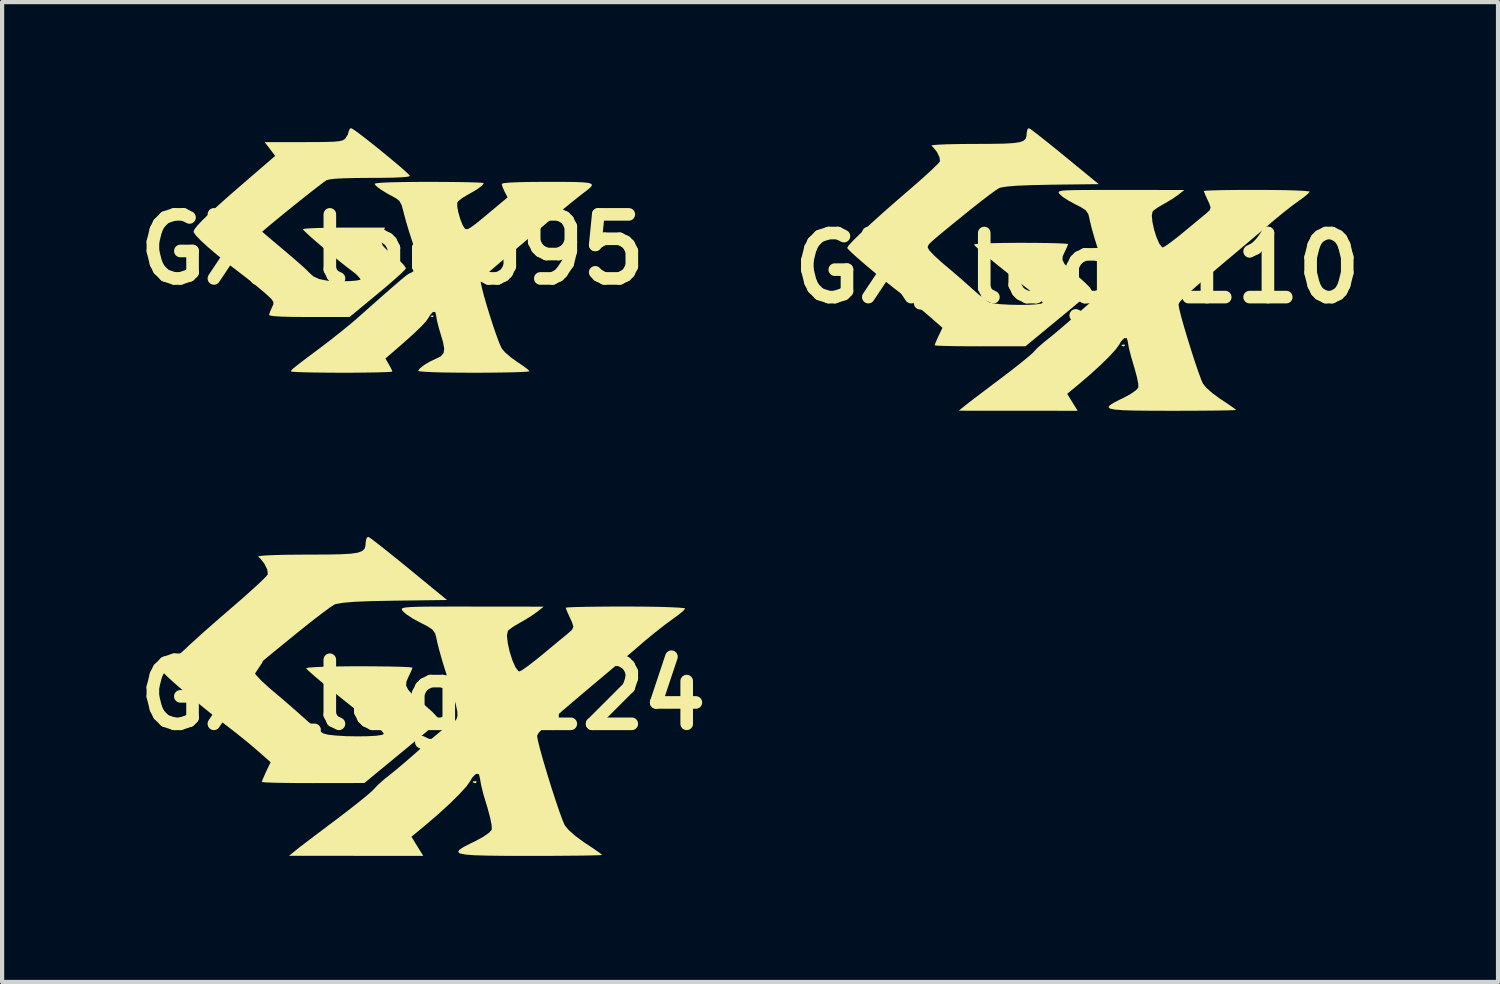
<source format=kicad_pcb>
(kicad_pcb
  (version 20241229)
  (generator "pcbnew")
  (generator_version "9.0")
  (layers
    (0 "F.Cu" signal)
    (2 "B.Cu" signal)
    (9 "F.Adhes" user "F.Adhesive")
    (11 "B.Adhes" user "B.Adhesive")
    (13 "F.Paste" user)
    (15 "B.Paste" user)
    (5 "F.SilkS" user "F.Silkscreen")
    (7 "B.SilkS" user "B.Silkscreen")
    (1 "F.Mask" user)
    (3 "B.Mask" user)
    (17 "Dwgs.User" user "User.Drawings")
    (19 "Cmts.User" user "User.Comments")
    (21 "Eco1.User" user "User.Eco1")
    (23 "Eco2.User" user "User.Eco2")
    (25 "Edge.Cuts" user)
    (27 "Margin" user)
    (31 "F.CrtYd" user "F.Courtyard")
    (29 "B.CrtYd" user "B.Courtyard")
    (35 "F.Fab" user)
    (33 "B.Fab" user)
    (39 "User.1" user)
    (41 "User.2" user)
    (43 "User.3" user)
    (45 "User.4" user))
  (footprint "GX_logo95"
    (layer "F.Cu")
    (at 6.285 2.885)
    (property "Reference" "GX_logo95" (at 0 0 0) (layer "F.SilkS") (effects (font (size 1.524 1.524) (thickness 0.3))))
    (attr board_only exclude_from_pos_files exclude_from_bom)
    (fp_poly (pts (xy 0.978 1.577) (xy 0.971 1.605) (xy 0.946 1.608) (xy 0.907 1.591) (xy 0.914 1.577) (xy 0.971 1.571)) (stroke (width 0) (type solid)) (fill yes) (layer "F.SilkS"))
    (fp_poly (pts (xy -0.928 -2.856) (xy -0.818 -2.778) (xy -0.664 -2.661) (xy -0.482 -2.518) (xy -0.285 -2.36) (xy -0.088 -2.198) (xy 0.095 -2.046) (xy 0.25 -1.913) (xy 0.361 -1.812) (xy 0.415 -1.754) (xy 0.418 -1.749) (xy 0.378 -1.732) (xy 0.248 -1.719) (xy 0.035 -1.709) (xy -0.257 -1.704) (xy -0.517 -1.703) (xy -0.89 -1.7) (xy -1.176 -1.693) (xy -1.382 -1.681) (xy -1.514 -1.663) (xy -1.572 -1.644) (xy -1.639 -1.597) (xy -1.764 -1.502) (xy -1.933 -1.371) (xy -2.131 -1.215) (xy -2.343 -1.045) (xy -2.555 -0.874) (xy -2.752 -0.713) (xy -2.919 -0.575) (xy -2.971 -0.53) (xy -3.098 -0.422) (xy -2.975 -0.317) (xy -2.888 -0.243) (xy -2.749 -0.126) (xy -2.581 0.016) (xy -2.455 0.123) (xy -2.286 0.268) (xy -2.139 0.397) (xy -2.033 0.496) (xy -1.99 0.54) (xy -1.883 0.639) (xy -1.743 0.704) (xy -1.552 0.742) (xy -1.291 0.756) (xy -1.208 0.757) (xy -0.998 0.752) (xy -0.845 0.739) (xy -0.765 0.72) (xy -0.757 0.71) (xy -0.792 0.656) (xy -0.881 0.574) (xy -0.934 0.532) (xy -1.078 0.423) (xy -1.252 0.285) (xy -1.441 0.13) (xy -1.631 -0.03) (xy -1.809 -0.182) (xy -1.96 -0.314) (xy -2.07 -0.416) (xy -2.125 -0.473) (xy -2.128 -0.481) (xy -2.084 -0.493) (xy -1.958 -0.503) (xy -1.766 -0.511) (xy -1.52 -0.517) (xy -1.237 -0.52) (xy -1.153 -0.52) (xy -0.178 -0.52) (xy -0.211 -0.414) (xy -0.252 -0.274) (xy -0.261 -0.175) (xy -0.23 -0.093) (xy -0.147 -0.004) (xy -0.003 0.117) (xy 0.022 0.137) (xy 0.163 0.259) (xy 0.268 0.365) (xy 0.319 0.437) (xy 0.321 0.452) (xy 0.282 0.5) (xy 0.181 0.597) (xy 0.03 0.732) (xy -0.158 0.895) (xy -0.355 1.059) (xy -1.017 1.606) (xy -1.975 1.607) (xy -2.352 1.605) (xy -2.636 1.598) (xy -2.825 1.586) (xy -2.92 1.569) (xy -2.933 1.559) (xy -2.912 1.484) (xy -2.864 1.376) (xy -2.832 1.306) (xy -2.831 1.25) (xy -2.871 1.187) (xy -2.964 1.097) (xy -3.061 1.012) (xy -3.238 0.863) (xy -3.447 0.695) (xy -3.642 0.545) (xy -3.643 0.544) (xy -3.921 0.331) (xy -4.173 0.127) (xy -4.389 -0.057) (xy -4.561 -0.215) (xy -4.677 -0.336) (xy -4.728 -0.413) (xy -4.73 -0.422) (xy -4.71 -0.477) (xy -4.645 -0.562) (xy -4.532 -0.683) (xy -4.366 -0.845) (xy -4.14 -1.051) (xy -3.852 -1.307) (xy -3.494 -1.617) (xy -3.462 -1.645) (xy -2.788 -2.226) (xy -2.913 -2.39) (xy -3.038 -2.554) (xy -2.118 -2.554) (xy -1.797 -2.555) (xy -1.558 -2.558) (xy -1.387 -2.564) (xy -1.27 -2.575) (xy -1.195 -2.592) (xy -1.147 -2.615) (xy -1.119 -2.641) (xy -1.057 -2.739) (xy -1.041 -2.806) (xy -1.012 -2.874) (xy -0.981 -2.885)) (stroke (width 0) (type solid)) (fill yes) (layer "F.SilkS"))
    (fp_poly (pts (xy 4.061 -1.608) (xy 4.341 -1.605) (xy 4.543 -1.597) (xy 4.672 -1.582) (xy 4.738 -1.558) (xy 4.747 -1.522) (xy 4.708 -1.472) (xy 4.628 -1.405) (xy 4.554 -1.35) (xy 4.414 -1.241) (xy 4.22 -1.085) (xy 3.988 -0.895) (xy 3.736 -0.685) (xy 3.481 -0.469) (xy 3.403 -0.402) (xy 3.285 -0.301) (xy 3.114 -0.156) (xy 2.913 0.014) (xy 2.702 0.192) (xy 2.654 0.232) (xy 2.465 0.392) (xy 2.302 0.533) (xy 2.179 0.641) (xy 2.11 0.706) (xy 2.1 0.717) (xy 2.102 0.78) (xy 2.13 0.913) (xy 2.178 1.1) (xy 2.242 1.322) (xy 2.315 1.561) (xy 2.392 1.8) (xy 2.467 2.019) (xy 2.534 2.202) (xy 2.589 2.33) (xy 2.607 2.362) (xy 2.688 2.455) (xy 2.822 2.57) (xy 2.975 2.679) (xy 3.115 2.773) (xy 3.218 2.85) (xy 3.262 2.895) (xy 3.263 2.897) (xy 3.218 2.906) (xy 3.09 2.915) (xy 2.892 2.922) (xy 2.634 2.927) (xy 2.331 2.931) (xy 1.992 2.933) (xy 1.939 2.933) (xy 1.558 2.931) (xy 1.23 2.927) (xy 0.963 2.92) (xy 0.766 2.91) (xy 0.647 2.899) (xy 0.615 2.889) (xy 0.654 2.829) (xy 0.756 2.749) (xy 0.897 2.665) (xy 1.031 2.603) (xy 1.151 2.543) (xy 1.217 2.469) (xy 1.234 2.361) (xy 1.204 2.2) (xy 1.155 2.034) (xy 1.1 1.849) (xy 1.06 1.687) (xy 1.042 1.579) (xy 1.041 1.569) (xy 1.02 1.489) (xy 0.967 1.486) (xy 0.899 1.557) (xy 0.861 1.622) (xy 0.803 1.706) (xy 0.691 1.829) (xy 0.519 1.994) (xy 0.283 2.206) (xy 0 2.452) (xy -0.166 2.594) (xy -0.083 2.735) (xy -0.027 2.838) (xy -0.000374 2.901) (xy 0 2.904) (xy -0.045 2.912) (xy -0.172 2.919) (xy -0.369 2.925) (xy -0.623 2.929) (xy -0.921 2.932) (xy -1.206 2.933) (xy -1.533 2.931) (xy -1.826 2.928) (xy -2.073 2.923) (xy -2.261 2.917) (xy -2.378 2.909) (xy -2.412 2.902) (xy -2.409 2.886) (xy -2.393 2.863) (xy -2.353 2.826) (xy -2.28 2.767) (xy -2.163 2.676) (xy -1.992 2.547) (xy -1.757 2.371) (xy -1.722 2.345) (xy -1.49 2.168) (xy -1.255 1.983) (xy -1.041 1.81) (xy -0.875 1.67) (xy -0.851 1.649) (xy -0.515 1.351) (xy -0.242 1.11) (xy -0.027 0.921) (xy 0.138 0.779) (xy 0.257 0.678) (xy 0.339 0.613) (xy 0.389 0.578) (xy 0.414 0.568) (xy 0.488 0.53) (xy 0.564 0.441) (xy 0.611 0.342) (xy 0.615 0.313) (xy 0.6 0.234) (xy 0.561 0.09) (xy 0.505 -0.093) (xy 0.472 -0.193) (xy 0.399 -0.419) (xy 0.33 -0.648) (xy 0.278 -0.841) (xy 0.267 -0.888) (xy 0.221 -1.054) (xy 0.167 -1.154) (xy 0.087 -1.218) (xy 0.067 -1.228) (xy -0.124 -1.332) (xy -0.282 -1.43) (xy -0.388 -1.511) (xy -0.426 -1.562) (xy -0.379 -1.576) (xy -0.243 -1.589) (xy -0.022 -1.598) (xy 0.28 -1.604) (xy 0.657 -1.608) (xy 0.875 -1.608) (xy 1.215 -1.607) (xy 1.521 -1.604) (xy 1.783 -1.6) (xy 1.987 -1.594) (xy 2.122 -1.587) (xy 2.175 -1.579) (xy 2.176 -1.578) (xy 2.133 -1.517) (xy 2.012 -1.428) (xy 1.82 -1.317) (xy 1.791 -1.302) (xy 1.661 -1.223) (xy 1.569 -1.148) (xy 1.545 -1.115) (xy 1.543 -1.025) (xy 1.569 -0.883) (xy 1.615 -0.724) (xy 1.671 -0.582) (xy 1.713 -0.51) (xy 1.744 -0.484) (xy 1.788 -0.484) (xy 1.858 -0.52) (xy 1.966 -0.597) (xy 2.124 -0.725) (xy 2.257 -0.835) (xy 2.741 -1.239) (xy 2.671 -1.374) (xy 2.622 -1.483) (xy 2.601 -1.558) (xy 2.601 -1.559) (xy 2.648 -1.577) (xy 2.787 -1.591) (xy 3.019 -1.601) (xy 3.345 -1.607) (xy 3.693 -1.608)) (stroke (width 0) (type solid)) (fill yes) (layer "F.SilkS")))
  (footprint "GX_logo124"
    (layer "F.Cu")
    (at 7.01 13.481)
    (property "Reference" "GX_logo124" (at 0 0 0) (layer "F.SilkS") (effects (font (size 1.524 1.524) (thickness 0.3))))
    (attr board_only exclude_from_pos_files exclude_from_bom)
    (fp_poly (pts (xy 1.277 2.06) (xy 1.269 2.097) (xy 1.236 2.101) (xy 1.185 2.079) (xy 1.195 2.06) (xy 1.268 2.053)) (stroke (width 0) (type solid)) (fill yes) (layer "F.SilkS"))
    (fp_poly (pts (xy -1.228 -3.714) (xy -1.083 -3.603) (xy -0.874 -3.439) (xy -0.619 -3.234) (xy -0.332 -3.001) (xy -0.327 -2.996) (xy 0.576 -2.256) (xy -0.686 -2.24) (xy -1.212 -2.23) (xy -1.616 -2.214) (xy -1.902 -2.19) (xy -2.07 -2.16) (xy -2.101 -2.149) (xy -2.202 -2.084) (xy -2.377 -1.956) (xy -2.606 -1.781) (xy -2.868 -1.573) (xy -3.017 -1.453) (xy -3.35 -1.182) (xy -3.6 -0.978) (xy -3.778 -0.83) (xy -3.896 -0.727) (xy -3.967 -0.658) (xy -4.003 -0.613) (xy -4.015 -0.579) (xy -4.016 -0.546) (xy -4.016 -0.546) (xy -3.97 -0.473) (xy -3.85 -0.344) (xy -3.675 -0.183) (xy -3.57 -0.093) (xy -3.325 0.114) (xy -3.072 0.333) (xy -2.857 0.524) (xy -2.814 0.563) (xy -2.634 0.721) (xy -2.47 0.85) (xy -2.368 0.919) (xy -2.256 0.948) (xy -2.066 0.969) (xy -1.828 0.983) (xy -1.57 0.988) (xy -1.322 0.985) (xy -1.112 0.974) (xy -0.971 0.954) (xy -0.927 0.929) (xy -0.973 0.863) (xy -1.091 0.75) (xy -1.232 0.636) (xy -1.54 0.397) (xy -1.844 0.156) (xy -2.13 -0.074) (xy -2.382 -0.28) (xy -2.584 -0.451) (xy -2.72 -0.572) (xy -2.776 -0.632) (xy -2.776 -0.633) (xy -2.719 -0.647) (xy -2.556 -0.66) (xy -2.306 -0.67) (xy -1.987 -0.676) (xy -1.618 -0.68) (xy -1.514 -0.68) (xy -1.134 -0.678) (xy -0.799 -0.674) (xy -0.528 -0.667) (xy -0.339 -0.659) (xy -0.251 -0.649) (xy -0.247 -0.646) (xy -0.273 -0.573) (xy -0.335 -0.441) (xy -0.342 -0.428) (xy -0.391 -0.315) (xy -0.398 -0.22) (xy -0.348 -0.12) (xy -0.231 0.006) (xy -0.032 0.18) (xy 0.05 0.249) (xy 0.223 0.403) (xy 0.344 0.53) (xy 0.393 0.61) (xy 0.39 0.622) (xy 0.328 0.675) (xy 0.187 0.794) (xy -0.017 0.964) (xy -0.268 1.172) (xy -0.525 1.384) (xy -1.391 2.098) (xy -2.611 2.1) (xy -2.984 2.099) (xy -3.311 2.095) (xy -3.574 2.09) (xy -3.753 2.082) (xy -3.83 2.074) (xy -3.832 2.072) (xy -3.807 2.003) (xy -3.747 1.868) (xy -3.727 1.823) (xy -3.622 1.603) (xy -3.953 1.311) (xy -4.174 1.124) (xy -4.44 0.91) (xy -4.692 0.715) (xy -4.698 0.711) (xy -4.934 0.53) (xy -5.191 0.325) (xy -5.452 0.112) (xy -5.697 -0.094) (xy -5.91 -0.279) (xy -6.072 -0.426) (xy -6.165 -0.521) (xy -6.18 -0.546) (xy -6.134 -0.616) (xy -6.004 -0.756) (xy -5.799 -0.956) (xy -5.53 -1.207) (xy -5.208 -1.498) (xy -4.841 -1.82) (xy -4.565 -2.058) (xy -4.291 -2.296) (xy -4.051 -2.51) (xy -3.86 -2.686) (xy -3.734 -2.811) (xy -3.689 -2.866) (xy -3.699 -2.976) (xy -3.771 -3.122) (xy -3.876 -3.253) (xy -3.921 -3.29) (xy -3.882 -3.304) (xy -3.738 -3.316) (xy -3.504 -3.326) (xy -3.198 -3.333) (xy -2.837 -3.336) (xy -2.747 -3.336) (xy -2.298 -3.338) (xy -1.958 -3.344) (xy -1.712 -3.358) (xy -1.544 -3.383) (xy -1.44 -3.423) (xy -1.385 -3.48) (xy -1.363 -3.557) (xy -1.36 -3.633) (xy -1.337 -3.737) (xy -1.294 -3.758)) (stroke (width 0) (type solid)) (fill yes) (layer "F.SilkS"))
    (fp_poly (pts (xy 5.225 -2.099) (xy 5.584 -2.094) (xy 5.882 -2.085) (xy 6.1 -2.074) (xy 6.222 -2.062) (xy 6.242 -2.054) (xy 6.195 -1.996) (xy 6.073 -1.896) (xy 5.948 -1.806) (xy 5.756 -1.665) (xy 5.519 -1.479) (xy 5.283 -1.285) (xy 5.253 -1.259) (xy 5.002 -1.043) (xy 4.724 -0.807) (xy 4.479 -0.601) (xy 4.473 -0.595) (xy 4.008 -0.205) (xy 3.631 0.114) (xy 3.332 0.369) (xy 3.104 0.569) (xy 2.937 0.72) (xy 2.824 0.83) (xy 2.756 0.906) (xy 2.724 0.957) (xy 2.719 0.979) (xy 2.738 1.092) (xy 2.789 1.295) (xy 2.864 1.564) (xy 2.956 1.873) (xy 3.056 2.196) (xy 3.157 2.507) (xy 3.25 2.781) (xy 3.328 2.992) (xy 3.375 3.101) (xy 3.467 3.215) (xy 3.633 3.361) (xy 3.838 3.511) (xy 3.862 3.527) (xy 4.052 3.652) (xy 4.193 3.751) (xy 4.262 3.805) (xy 4.264 3.809) (xy 4.205 3.815) (xy 4.038 3.82) (xy 3.778 3.825) (xy 3.442 3.828) (xy 3.045 3.831) (xy 2.603 3.832) (xy 2.536 3.832) (xy 1.989 3.831) (xy 1.558 3.826) (xy 1.235 3.817) (xy 1.013 3.8) (xy 0.883 3.774) (xy 0.839 3.736) (xy 0.872 3.684) (xy 0.975 3.617) (xy 1.14 3.533) (xy 1.24 3.485) (xy 1.434 3.38) (xy 1.579 3.278) (xy 1.64 3.208) (xy 1.637 3.104) (xy 1.6 2.918) (xy 1.538 2.687) (xy 1.517 2.619) (xy 1.443 2.373) (xy 1.389 2.156) (xy 1.362 2.009) (xy 1.36 1.988) (xy 1.332 1.884) (xy 1.262 1.88) (xy 1.173 1.972) (xy 1.13 2.048) (xy 1.038 2.178) (xy 0.865 2.367) (xy 0.63 2.599) (xy 0.349 2.855) (xy 0.04 3.119) (xy 0.033 3.125) (xy -0.271 3.376) (xy -0.131 3.604) (xy 0.01 3.832) (xy -3.183 3.829) (xy -3.028 3.703) (xy -2.927 3.623) (xy -2.747 3.485) (xy -2.51 3.305) (xy -2.236 3.099) (xy -2.062 2.968) (xy -1.783 2.755) (xy -1.534 2.56) (xy -1.335 2.399) (xy -1.205 2.285) (xy -1.166 2.245) (xy -1.07 2.143) (xy -0.915 2.006) (xy -0.803 1.917) (xy -0.641 1.786) (xy -0.42 1.6) (xy -0.173 1.385) (xy 0.008 1.223) (xy 0.223 1.033) (xy 0.408 0.879) (xy 0.541 0.776) (xy 0.601 0.742) (xy 0.685 0.7) (xy 0.76 0.632) (xy 0.803 0.572) (xy 0.824 0.498) (xy 0.819 0.39) (xy 0.785 0.23) (xy 0.719 -0.001) (xy 0.617 -0.322) (xy 0.56 -0.494) (xy 0.472 -0.775) (xy 0.397 -1.038) (xy 0.344 -1.244) (xy 0.33 -1.315) (xy 0.296 -1.456) (xy 0.227 -1.554) (xy 0.093 -1.641) (xy -0.029 -1.702) (xy -0.229 -1.808) (xy -0.396 -1.919) (xy -0.463 -1.978) (xy -0.494 -2.014) (xy -0.503 -2.042) (xy -0.479 -2.064) (xy -0.409 -2.079) (xy -0.28 -2.089) (xy -0.08 -2.096) (xy 0.204 -2.099) (xy 0.585 -2.1) (xy 1.076 -2.1) (xy 1.149 -2.1) (xy 2.874 -2.098) (xy 2.719 -1.974) (xy 2.563 -1.865) (xy 2.368 -1.747) (xy 2.318 -1.72) (xy 2.157 -1.626) (xy 2.044 -1.544) (xy 2.023 -1.521) (xy 2.001 -1.412) (xy 2.019 -1.236) (xy 2.065 -1.028) (xy 2.13 -0.823) (xy 2.203 -0.657) (xy 2.274 -0.564) (xy 2.298 -0.556) (xy 2.369 -0.593) (xy 2.51 -0.693) (xy 2.698 -0.839) (xy 2.825 -0.942) (xy 3.047 -1.126) (xy 3.25 -1.294) (xy 3.404 -1.421) (xy 3.453 -1.461) (xy 3.553 -1.551) (xy 3.581 -1.627) (xy 3.544 -1.739) (xy 3.506 -1.819) (xy 3.439 -1.967) (xy 3.401 -2.061) (xy 3.399 -2.072) (xy 3.458 -2.081) (xy 3.623 -2.088) (xy 3.878 -2.094) (xy 4.204 -2.098) (xy 4.585 -2.101) (xy 4.82 -2.101)) (stroke (width 0) (type solid)) (fill yes) (layer "F.SilkS")))
  (footprint "GX_logo110"
    (layer "F.Cu")
    (at 22.58 3.329)
    (property "Reference" "GX_logo110" (at 0 0 0) (layer "F.SilkS") (effects (font (size 1.524 1.524) (thickness 0.3))))
    (attr board_only exclude_from_pos_files exclude_from_bom)
    (fp_poly (pts (xy 1.131 1.825) (xy 1.124 1.857) (xy 1.095 1.861) (xy 1.05 1.841) (xy 1.058 1.825) (xy 1.123 1.818)) (stroke (width 0) (type solid)) (fill yes) (layer "F.SilkS"))
    (fp_poly (pts (xy -1.088 -3.29) (xy -0.959 -3.192) (xy -0.774 -3.046) (xy -0.548 -2.865) (xy -0.294 -2.658) (xy -0.289 -2.654) (xy 0.51 -1.998) (xy -0.607 -1.985) (xy -1.073 -1.975) (xy -1.432 -1.961) (xy -1.685 -1.94) (xy -1.834 -1.914) (xy -1.861 -1.903) (xy -1.95 -1.846) (xy -2.105 -1.733) (xy -2.308 -1.577) (xy -2.541 -1.394) (xy -2.672 -1.287) (xy -2.968 -1.047) (xy -3.189 -0.866) (xy -3.346 -0.735) (xy -3.451 -0.644) (xy -3.514 -0.583) (xy -3.545 -0.543) (xy -3.556 -0.513) (xy -3.557 -0.484) (xy -3.557 -0.484) (xy -3.517 -0.419) (xy -3.41 -0.305) (xy -3.255 -0.162) (xy -3.162 -0.082) (xy -2.945 0.101) (xy -2.721 0.295) (xy -2.531 0.464) (xy -2.492 0.499) (xy -2.333 0.638) (xy -2.188 0.753) (xy -2.097 0.814) (xy -1.998 0.839) (xy -1.83 0.858) (xy -1.619 0.87) (xy -1.391 0.875) (xy -1.171 0.873) (xy -0.985 0.863) (xy -0.86 0.845) (xy -0.821 0.823) (xy -0.861 0.764) (xy -0.966 0.665) (xy -1.091 0.563) (xy -1.364 0.352) (xy -1.634 0.138) (xy -1.887 -0.065) (xy -2.11 -0.248) (xy -2.289 -0.399) (xy -2.409 -0.507) (xy -2.459 -0.56) (xy -2.459 -0.561) (xy -2.408 -0.573) (xy -2.264 -0.584) (xy -2.043 -0.593) (xy -1.76 -0.599) (xy -1.433 -0.602) (xy -1.341 -0.602) (xy -1.004 -0.601) (xy -0.707 -0.597) (xy -0.468 -0.591) (xy -0.301 -0.583) (xy -0.223 -0.575) (xy -0.219 -0.572) (xy -0.242 -0.508) (xy -0.297 -0.391) (xy -0.303 -0.379) (xy -0.347 -0.279) (xy -0.352 -0.194) (xy -0.308 -0.106) (xy -0.204 0.006) (xy -0.028 0.159) (xy 0.044 0.22) (xy 0.198 0.357) (xy 0.305 0.47) (xy 0.348 0.54) (xy 0.346 0.551) (xy 0.291 0.598) (xy 0.166 0.703) (xy -0.015 0.853) (xy -0.237 1.038) (xy -0.465 1.226) (xy -1.232 1.859) (xy -2.313 1.86) (xy -2.643 1.859) (xy -2.933 1.856) (xy -3.166 1.851) (xy -3.324 1.845) (xy -3.393 1.837) (xy -3.394 1.836) (xy -3.373 1.775) (xy -3.319 1.654) (xy -3.301 1.615) (xy -3.208 1.42) (xy -3.501 1.162) (xy -3.697 0.996) (xy -3.932 0.806) (xy -4.156 0.633) (xy -4.161 0.63) (xy -4.371 0.469) (xy -4.598 0.288) (xy -4.829 0.099) (xy -5.047 -0.084) (xy -5.235 -0.247) (xy -5.378 -0.377) (xy -5.461 -0.461) (xy -5.474 -0.483) (xy -5.434 -0.546) (xy -5.318 -0.67) (xy -5.137 -0.847) (xy -4.899 -1.069) (xy -4.613 -1.327) (xy -4.288 -1.612) (xy -4.043 -1.823) (xy -3.801 -2.033) (xy -3.588 -2.223) (xy -3.419 -2.38) (xy -3.307 -2.49) (xy -3.267 -2.539) (xy -3.277 -2.636) (xy -3.34 -2.765) (xy -3.434 -2.882) (xy -3.473 -2.914) (xy -3.439 -2.926) (xy -3.311 -2.937) (xy -3.104 -2.946) (xy -2.833 -2.952) (xy -2.513 -2.955) (xy -2.433 -2.955) (xy -2.036 -2.957) (xy -1.735 -2.962) (xy -1.516 -2.975) (xy -1.368 -2.997) (xy -1.276 -3.032) (xy -1.226 -3.082) (xy -1.207 -3.151) (xy -1.204 -3.218) (xy -1.184 -3.31) (xy -1.147 -3.329)) (stroke (width 0) (type solid)) (fill yes) (layer "F.SilkS"))
    (fp_poly (pts (xy 4.628 -1.859) (xy 4.946 -1.855) (xy 5.21 -1.847) (xy 5.403 -1.837) (xy 5.511 -1.826) (xy 5.529 -1.819) (xy 5.487 -1.768) (xy 5.38 -1.679) (xy 5.269 -1.6) (xy 5.098 -1.475) (xy 4.888 -1.31) (xy 4.68 -1.138) (xy 4.653 -1.115) (xy 4.43 -0.924) (xy 4.184 -0.715) (xy 3.968 -0.532) (xy 3.962 -0.527) (xy 3.551 -0.182) (xy 3.216 0.101) (xy 2.952 0.327) (xy 2.749 0.504) (xy 2.602 0.637) (xy 2.501 0.735) (xy 2.441 0.803) (xy 2.413 0.848) (xy 2.409 0.867) (xy 2.425 0.967) (xy 2.47 1.147) (xy 2.537 1.386) (xy 2.618 1.659) (xy 2.707 1.945) (xy 2.796 2.221) (xy 2.879 2.464) (xy 2.947 2.65) (xy 2.989 2.747) (xy 3.071 2.848) (xy 3.218 2.977) (xy 3.399 3.11) (xy 3.421 3.124) (xy 3.589 3.235) (xy 3.714 3.323) (xy 3.775 3.37) (xy 3.777 3.374) (xy 3.725 3.379) (xy 3.577 3.384) (xy 3.347 3.388) (xy 3.049 3.391) (xy 2.697 3.393) (xy 2.305 3.394) (xy 2.246 3.394) (xy 1.762 3.393) (xy 1.38 3.389) (xy 1.094 3.381) (xy 0.897 3.366) (xy 0.782 3.343) (xy 0.743 3.309) (xy 0.772 3.264) (xy 0.864 3.204) (xy 1.01 3.129) (xy 1.099 3.087) (xy 1.27 2.994) (xy 1.399 2.904) (xy 1.452 2.842) (xy 1.45 2.749) (xy 1.417 2.585) (xy 1.362 2.38) (xy 1.343 2.32) (xy 1.279 2.102) (xy 1.23 1.91) (xy 1.206 1.779) (xy 1.205 1.761) (xy 1.18 1.668) (xy 1.118 1.665) (xy 1.039 1.747) (xy 1.001 1.814) (xy 0.919 1.929) (xy 0.766 2.097) (xy 0.558 2.302) (xy 0.309 2.529) (xy 0.035 2.763) (xy 0.029 2.768) (xy -0.24 2.991) (xy -0.116 3.192) (xy 0.009 3.394) (xy -1.405 3.393) (xy -2.819 3.392) (xy -2.682 3.28) (xy -2.592 3.209) (xy -2.433 3.087) (xy -2.223 2.928) (xy -1.981 2.745) (xy -1.827 2.629) (xy -1.579 2.441) (xy -1.359 2.268) (xy -1.183 2.125) (xy -1.067 2.024) (xy -1.033 1.988) (xy -0.948 1.898) (xy -0.81 1.777) (xy -0.712 1.698) (xy -0.568 1.582) (xy -0.372 1.417) (xy -0.153 1.227) (xy 0.007 1.084) (xy 0.198 0.915) (xy 0.361 0.778) (xy 0.479 0.687) (xy 0.532 0.657) (xy 0.607 0.62) (xy 0.673 0.56) (xy 0.711 0.507) (xy 0.73 0.441) (xy 0.726 0.345) (xy 0.696 0.203) (xy 0.637 -0.001) (xy 0.546 -0.285) (xy 0.496 -0.438) (xy 0.418 -0.686) (xy 0.351 -0.919) (xy 0.305 -1.102) (xy 0.292 -1.165) (xy 0.262 -1.29) (xy 0.201 -1.376) (xy 0.083 -1.453) (xy -0.026 -1.507) (xy -0.203 -1.602) (xy -0.351 -1.699) (xy -0.41 -1.752) (xy -0.437 -1.784) (xy -0.446 -1.809) (xy -0.425 -1.828) (xy -0.363 -1.842) (xy -0.248 -1.851) (xy -0.071 -1.856) (xy 0.181 -1.859) (xy 0.519 -1.86) (xy 0.953 -1.86) (xy 1.018 -1.86) (xy 2.545 -1.859) (xy 2.409 -1.749) (xy 2.27 -1.652) (xy 2.097 -1.548) (xy 2.053 -1.524) (xy 1.91 -1.44) (xy 1.81 -1.368) (xy 1.792 -1.347) (xy 1.773 -1.251) (xy 1.788 -1.095) (xy 1.829 -0.91) (xy 1.886 -0.729) (xy 1.951 -0.582) (xy 2.014 -0.5) (xy 2.036 -0.493) (xy 2.098 -0.526) (xy 2.223 -0.614) (xy 2.39 -0.743) (xy 2.503 -0.835) (xy 2.699 -0.997) (xy 2.879 -1.146) (xy 3.015 -1.259) (xy 3.059 -1.294) (xy 3.147 -1.374) (xy 3.172 -1.441) (xy 3.139 -1.541) (xy 3.106 -1.611) (xy 3.046 -1.742) (xy 3.013 -1.826) (xy 3.011 -1.836) (xy 3.063 -1.843) (xy 3.209 -1.849) (xy 3.435 -1.855) (xy 3.724 -1.859) (xy 4.061 -1.861) (xy 4.27 -1.861)) (stroke (width 0) (type solid)) (fill yes) (layer "F.SilkS")))
  (gr_rect
    (start -3 -3)
    (end 32.59 20.313)
    (stroke (width 0.1) (type default))
    (fill no)
    (layer "Edge.Cuts")))
</source>
